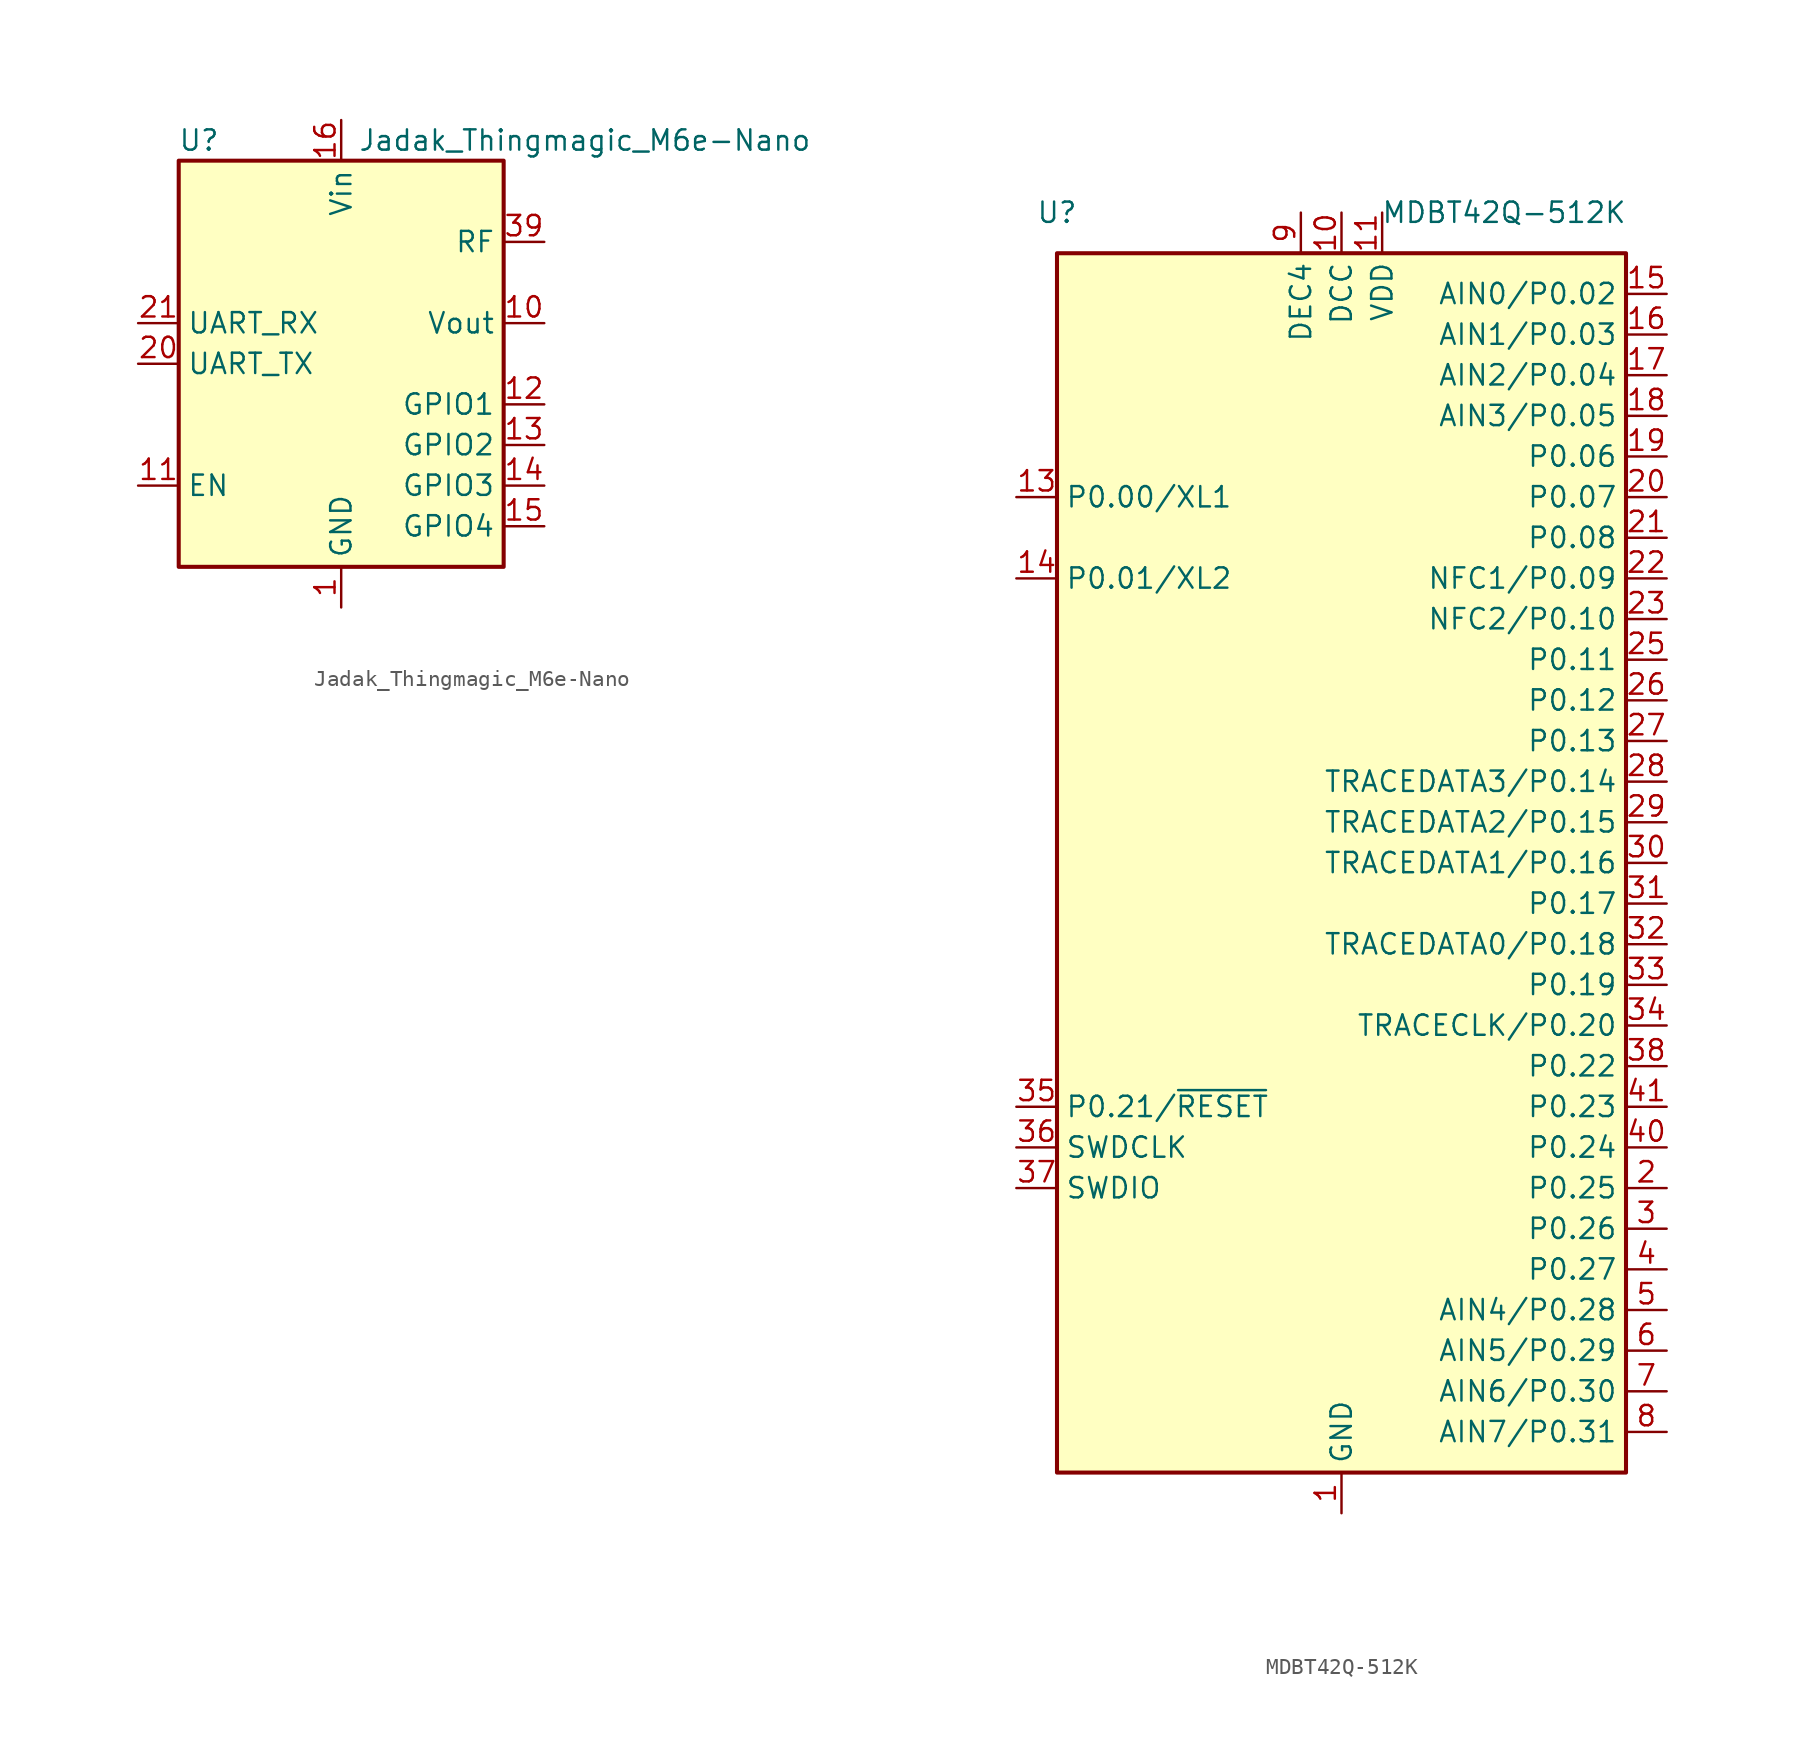
<source format=kicad_sym>
(kicad_symbol_lib
  (version 20231120)
  (generator "kicad_symbol_editor")
  (generator_version "8.0")
  (symbol "Jadak_Thingmagic_M6e-Nano"
    (property "Reference" "U"
      (at -8.89 13.97 0)
      (effects (font (size 1.27 1.27))))
    (property "Value" "Jadak_Thingmagic_M6e-Nano"
      (at 15.24 13.97 0)
      (effects (font (size 1.27 1.27))))
    (symbol "Jadak_Thingmagic_M6e-Nano_0_1"
      (rectangle (start -10.16 12.7) (end 10.16 -12.7) (stroke (width 0.254) (type solid)) (fill (type background))))
    (symbol "Jadak_Thingmagic_M6e-Nano_1_1"
      (pin power_in line (at 0 -15.24 90) (length 2.54) (name "GND" (effects (font (size 1.27 1.27)))) (number "1" (effects (font (size 1.27 1.27)))))
      (pin power_out line (at 12.7 2.54 180) (length 2.54) (name "Vout" (effects (font (size 1.27 1.27)))) (number "10" (effects (font (size 1.27 1.27)))))
      (pin input line (at -12.7 -7.62 0) (length 2.54) (name "EN" (effects (font (size 1.27 1.27)))) (number "11" (effects (font (size 1.27 1.27)))))
      (pin bidirectional line (at 12.7 -2.54 180) (length 2.54) (name "GPIO1" (effects (font (size 1.27 1.27)))) (number "12" (effects (font (size 1.27 1.27)))))
      (pin bidirectional line (at 12.7 -5.08 180) (length 2.54) (name "GPIO2" (effects (font (size 1.27 1.27)))) (number "13" (effects (font (size 1.27 1.27)))))
      (pin bidirectional line (at 12.7 -7.62 180) (length 2.54) (name "GPIO3" (effects (font (size 1.27 1.27)))) (number "14" (effects (font (size 1.27 1.27)))))
      (pin bidirectional line (at 12.7 -10.16 180) (length 2.54) (name "GPIO4" (effects (font (size 1.27 1.27)))) (number "15" (effects (font (size 1.27 1.27)))))
      (pin power_in line (at 0 15.24 270) (length 2.54) (name "Vin" (effects (font (size 1.27 1.27)))) (number "16" (effects (font (size 1.27 1.27)))))
      (pin passive line (at 0 15.24 270) (length 2.54) hide (name "Vin" (effects (font (size 1.27 1.27)))) (number "17" (effects (font (size 1.27 1.27)))))
      (pin passive line (at 0 -15.24 90) (length 2.54) hide (name "GND" (effects (font (size 1.27 1.27)))) (number "18" (effects (font (size 1.27 1.27)))))
      (pin passive line (at 0 -15.24 90) (length 2.54) hide (name "GND" (effects (font (size 1.27 1.27)))) (number "19" (effects (font (size 1.27 1.27)))))
      (pin passive line (at 0 -15.24 90) (length 2.54) hide (name "GND" (effects (font (size 1.27 1.27)))) (number "2" (effects (font (size 1.27 1.27)))))
      (pin output line (at -12.7 0 0) (length 2.54) (name "UART_TX" (effects (font (size 1.27 1.27)))) (number "20" (effects (font (size 1.27 1.27)))))
      (pin input line (at -12.7 2.54 0) (length 2.54) (name "UART_RX" (effects (font (size 1.27 1.27)))) (number "21" (effects (font (size 1.27 1.27)))))
      (pin no_connect line (at -10.16 10.16 0) (length 2.54) hide (name "RFU1" (effects (font (size 1.27 1.27)))) (number "22" (effects (font (size 1.27 1.27)))))
      (pin no_connect line (at -10.16 7.62 0) (length 2.54) hide (name "RFU2" (effects (font (size 1.27 1.27)))) (number "23" (effects (font (size 1.27 1.27)))))
      (pin no_connect line (at -10.16 5.08 0) (length 2.54) hide (name "RFU3" (effects (font (size 1.27 1.27)))) (number "24" (effects (font (size 1.27 1.27)))))
      (pin no_connect line (at -10.16 -2.54 0) (length 2.54) hide (name "RFU4" (effects (font (size 1.27 1.27)))) (number "25" (effects (font (size 1.27 1.27)))))
      (pin no_connect line (at -10.16 -5.08 0) (length 2.54) hide (name "RFU5" (effects (font (size 1.27 1.27)))) (number "26" (effects (font (size 1.27 1.27)))))
      (pin no_connect line (at 10.16 10.16 180) (length 2.54) hide (name "RFU6" (effects (font (size 1.27 1.27)))) (number "27" (effects (font (size 1.27 1.27)))))
      (pin no_connect line (at 10.16 5.08 180) (length 2.54) hide (name "RFU7" (effects (font (size 1.27 1.27)))) (number "28" (effects (font (size 1.27 1.27)))))
      (pin passive line (at 0 -15.24 90) (length 2.54) hide (name "GND" (effects (font (size 1.27 1.27)))) (number "29" (effects (font (size 1.27 1.27)))))
      (pin passive line (at 0 -15.24 90) (length 2.54) hide (name "GND" (effects (font (size 1.27 1.27)))) (number "3" (effects (font (size 1.27 1.27)))))
      (pin passive line (at 0 -15.24 90) (length 2.54) hide (name "GND" (effects (font (size 1.27 1.27)))) (number "30" (effects (font (size 1.27 1.27)))))
      (pin passive line (at 0 -15.24 90) (length 2.54) hide (name "GND" (effects (font (size 1.27 1.27)))) (number "31" (effects (font (size 1.27 1.27)))))
      (pin passive line (at 0 -15.24 90) (length 2.54) hide (name "GND" (effects (font (size 1.27 1.27)))) (number "32" (effects (font (size 1.27 1.27)))))
      (pin passive line (at 0 -15.24 90) (length 2.54) hide (name "GND" (effects (font (size 1.27 1.27)))) (number "33" (effects (font (size 1.27 1.27)))))
      (pin passive line (at 0 -15.24 90) (length 2.54) hide (name "GND" (effects (font (size 1.27 1.27)))) (number "34" (effects (font (size 1.27 1.27)))))
      (pin passive line (at 0 -15.24 90) (length 2.54) hide (name "GND" (effects (font (size 1.27 1.27)))) (number "35" (effects (font (size 1.27 1.27)))))
      (pin passive line (at 0 -15.24 90) (length 2.54) hide (name "GND" (effects (font (size 1.27 1.27)))) (number "36" (effects (font (size 1.27 1.27)))))
      (pin passive line (at 0 -15.24 90) (length 2.54) hide (name "GND" (effects (font (size 1.27 1.27)))) (number "37" (effects (font (size 1.27 1.27)))))
      (pin passive line (at 0 -15.24 90) (length 2.54) hide (name "GND" (effects (font (size 1.27 1.27)))) (number "38" (effects (font (size 1.27 1.27)))))
      (pin bidirectional line (at 12.7 7.62 180) (length 2.54) (name "RF" (effects (font (size 1.27 1.27)))) (number "39" (effects (font (size 1.27 1.27)))))
      (pin passive line (at 0 -15.24 90) (length 2.54) hide (name "GND" (effects (font (size 1.27 1.27)))) (number "4" (effects (font (size 1.27 1.27)))))
      (pin passive line (at 0 -15.24 90) (length 2.54) hide (name "GND" (effects (font (size 1.27 1.27)))) (number "40" (effects (font (size 1.27 1.27)))))
      (pin passive line (at 0 -15.24 90) (length 2.54) hide (name "GND" (effects (font (size 1.27 1.27)))) (number "41" (effects (font (size 1.27 1.27)))))
      (pin passive line (at 0 -15.24 90) (length 2.54) hide (name "GND" (effects (font (size 1.27 1.27)))) (number "5" (effects (font (size 1.27 1.27)))))
      (pin passive line (at 0 -15.24 90) (length 2.54) hide (name "GND" (effects (font (size 1.27 1.27)))) (number "6" (effects (font (size 1.27 1.27)))))
      (pin passive line (at 0 -15.24 90) (length 2.54) hide (name "GND" (effects (font (size 1.27 1.27)))) (number "7" (effects (font (size 1.27 1.27)))))
      (pin passive line (at 0 -15.24 90) (length 2.54) hide (name "GND" (effects (font (size 1.27 1.27)))) (number "8" (effects (font (size 1.27 1.27)))))
      (pin passive line (at 0 -15.24 90) (length 2.54) hide (name "GND" (effects (font (size 1.27 1.27)))) (number "9" (effects (font (size 1.27 1.27)))))))
  (symbol "MDBT42Q-512K"
    (property "Reference" "U"
      (at -17.78 40.64 0)
      (effects (font (size 1.27 1.27))))
    (property "Value" "MDBT42Q-512K"
      (at 10.16 40.64 0)
      (effects (font (size 1.27 1.27))))
    (symbol "MDBT42Q-512K_0_1"
      (rectangle (start -17.78 38.1) (end 17.78 -38.1) (stroke (width 0.254) (type default)) (fill (type background))))
    (symbol "MDBT42Q-512K_1_1"
      (pin power_in line (at 0 -40.64 90) (length 2.54) (name "GND" (effects (font (size 1.27 1.27)))) (number "1" (effects (font (size 1.27 1.27)))))
      (pin power_out line (at 0 40.64 270) (length 2.54) (name "DCC" (effects (font (size 1.27 1.27)))) (number "10" (effects (font (size 1.27 1.27)))))
      (pin power_in line (at 2.54 40.64 270) (length 2.54) (name "VDD" (effects (font (size 1.27 1.27)))) (number "11" (effects (font (size 1.27 1.27)))))
      (pin passive line (at 0 -40.64 90) (length 2.54) hide (name "GND" (effects (font (size 1.27 1.27)))) (number "12" (effects (font (size 1.27 1.27)))))
      (pin bidirectional line (at -20.32 22.86 0) (length 2.54) (name "P0.00/XL1" (effects (font (size 1.27 1.27)))) (number "13" (effects (font (size 1.27 1.27)))))
      (pin bidirectional line (at -20.32 17.78 0) (length 2.54) (name "P0.01/XL2" (effects (font (size 1.27 1.27)))) (number "14" (effects (font (size 1.27 1.27)))))
      (pin bidirectional line (at 20.32 35.56 180) (length 2.54) (name "AIN0/P0.02" (effects (font (size 1.27 1.27)))) (number "15" (effects (font (size 1.27 1.27)))))
      (pin bidirectional line (at 20.32 33.02 180) (length 2.54) (name "AIN1/P0.03" (effects (font (size 1.27 1.27)))) (number "16" (effects (font (size 1.27 1.27)))))
      (pin bidirectional line (at 20.32 30.48 180) (length 2.54) (name "AIN2/P0.04" (effects (font (size 1.27 1.27)))) (number "17" (effects (font (size 1.27 1.27)))))
      (pin bidirectional line (at 20.32 27.94 180) (length 2.54) (name "AIN3/P0.05" (effects (font (size 1.27 1.27)))) (number "18" (effects (font (size 1.27 1.27)))))
      (pin bidirectional line (at 20.32 25.4 180) (length 2.54) (name "P0.06" (effects (font (size 1.27 1.27)))) (number "19" (effects (font (size 1.27 1.27)))))
      (pin bidirectional line (at 20.32 -20.32 180) (length 2.54) (name "P0.25" (effects (font (size 1.27 1.27)))) (number "2" (effects (font (size 1.27 1.27)))))
      (pin bidirectional line (at 20.32 22.86 180) (length 2.54) (name "P0.07" (effects (font (size 1.27 1.27)))) (number "20" (effects (font (size 1.27 1.27)))))
      (pin bidirectional line (at 20.32 20.32 180) (length 2.54) (name "P0.08" (effects (font (size 1.27 1.27)))) (number "21" (effects (font (size 1.27 1.27)))))
      (pin bidirectional line (at 20.32 17.78 180) (length 2.54) (name "NFC1/P0.09" (effects (font (size 1.27 1.27)))) (number "22" (effects (font (size 1.27 1.27)))))
      (pin bidirectional line (at 20.32 15.24 180) (length 2.54) (name "NFC2/P0.10" (effects (font (size 1.27 1.27)))) (number "23" (effects (font (size 1.27 1.27)))))
      (pin passive line (at 0 -40.64 90) (length 2.54) hide (name "GND" (effects (font (size 1.27 1.27)))) (number "24" (effects (font (size 1.27 1.27)))))
      (pin bidirectional line (at 20.32 12.7 180) (length 2.54) (name "P0.11" (effects (font (size 1.27 1.27)))) (number "25" (effects (font (size 1.27 1.27)))))
      (pin bidirectional line (at 20.32 10.16 180) (length 2.54) (name "P0.12" (effects (font (size 1.27 1.27)))) (number "26" (effects (font (size 1.27 1.27)))))
      (pin bidirectional line (at 20.32 7.62 180) (length 2.54) (name "P0.13" (effects (font (size 1.27 1.27)))) (number "27" (effects (font (size 1.27 1.27)))))
      (pin bidirectional line (at 20.32 5.08 180) (length 2.54) (name "TRACEDATA3/P0.14" (effects (font (size 1.27 1.27)))) (number "28" (effects (font (size 1.27 1.27)))))
      (pin bidirectional line (at 20.32 2.54 180) (length 2.54) (name "TRACEDATA2/P0.15" (effects (font (size 1.27 1.27)))) (number "29" (effects (font (size 1.27 1.27)))))
      (pin bidirectional line (at 20.32 -22.86 180) (length 2.54) (name "P0.26" (effects (font (size 1.27 1.27)))) (number "3" (effects (font (size 1.27 1.27)))))
      (pin bidirectional line (at 20.32 0 180) (length 2.54) (name "TRACEDATA1/P0.16" (effects (font (size 1.27 1.27)))) (number "30" (effects (font (size 1.27 1.27)))))
      (pin bidirectional line (at 20.32 -2.54 180) (length 2.54) (name "P0.17" (effects (font (size 1.27 1.27)))) (number "31" (effects (font (size 1.27 1.27)))))
      (pin bidirectional line (at 20.32 -5.08 180) (length 2.54) (name "TRACEDATA0/P0.18" (effects (font (size 1.27 1.27)))) (number "32" (effects (font (size 1.27 1.27)))))
      (pin bidirectional line (at 20.32 -7.62 180) (length 2.54) (name "P0.19" (effects (font (size 1.27 1.27)))) (number "33" (effects (font (size 1.27 1.27)))))
      (pin bidirectional line (at 20.32 -10.16 180) (length 2.54) (name "TRACECLK/P0.20" (effects (font (size 1.27 1.27)))) (number "34" (effects (font (size 1.27 1.27)))))
      (pin bidirectional line (at -20.32 -15.24 0) (length 2.54) (name "P0.21/~{RESET}" (effects (font (size 1.27 1.27)))) (number "35" (effects (font (size 1.27 1.27)))))
      (pin input line (at -20.32 -17.78 0) (length 2.54) (name "SWDCLK" (effects (font (size 1.27 1.27)))) (number "36" (effects (font (size 1.27 1.27)))))
      (pin bidirectional line (at -20.32 -20.32 0) (length 2.54) (name "SWDIO" (effects (font (size 1.27 1.27)))) (number "37" (effects (font (size 1.27 1.27)))))
      (pin bidirectional line (at 20.32 -12.7 180) (length 2.54) (name "P0.22" (effects (font (size 1.27 1.27)))) (number "38" (effects (font (size 1.27 1.27)))))
      (pin passive line (at 0 -40.64 90) (length 2.54) hide (name "GND" (effects (font (size 1.27 1.27)))) (number "39" (effects (font (size 1.27 1.27)))))
      (pin bidirectional line (at 20.32 -25.4 180) (length 2.54) (name "P0.27" (effects (font (size 1.27 1.27)))) (number "4" (effects (font (size 1.27 1.27)))))
      (pin bidirectional line (at 20.32 -17.78 180) (length 2.54) (name "P0.24" (effects (font (size 1.27 1.27)))) (number "40" (effects (font (size 1.27 1.27)))))
      (pin bidirectional line (at 20.32 -15.24 180) (length 2.54) (name "P0.23" (effects (font (size 1.27 1.27)))) (number "41" (effects (font (size 1.27 1.27)))))
      (pin bidirectional line (at 20.32 -27.94 180) (length 2.54) (name "AIN4/P0.28" (effects (font (size 1.27 1.27)))) (number "5" (effects (font (size 1.27 1.27)))))
      (pin bidirectional line (at 20.32 -30.48 180) (length 2.54) (name "AIN5/P0.29" (effects (font (size 1.27 1.27)))) (number "6" (effects (font (size 1.27 1.27)))))
      (pin bidirectional line (at 20.32 -33.02 180) (length 2.54) (name "AIN6/P0.30" (effects (font (size 1.27 1.27)))) (number "7" (effects (font (size 1.27 1.27)))))
      (pin bidirectional line (at 20.32 -35.56 180) (length 2.54) (name "AIN7/P0.31" (effects (font (size 1.27 1.27)))) (number "8" (effects (font (size 1.27 1.27)))))
      (pin power_out line (at -2.54 40.64 270) (length 2.54) (name "DEC4" (effects (font (size 1.27 1.27)))) (number "9" (effects (font (size 1.27 1.27))))))))
</source>
